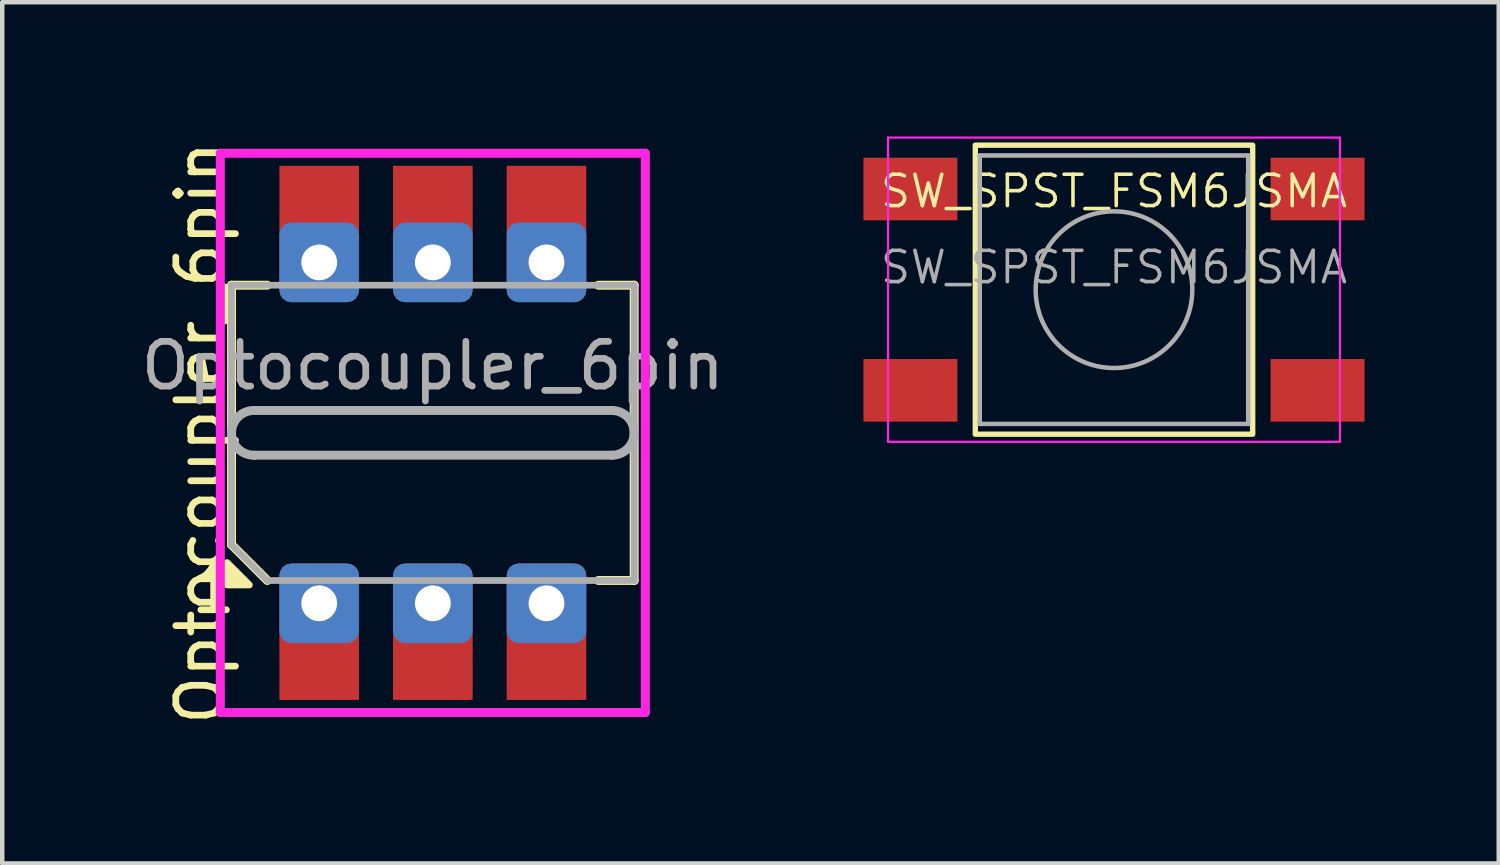
<source format=kicad_pcb>
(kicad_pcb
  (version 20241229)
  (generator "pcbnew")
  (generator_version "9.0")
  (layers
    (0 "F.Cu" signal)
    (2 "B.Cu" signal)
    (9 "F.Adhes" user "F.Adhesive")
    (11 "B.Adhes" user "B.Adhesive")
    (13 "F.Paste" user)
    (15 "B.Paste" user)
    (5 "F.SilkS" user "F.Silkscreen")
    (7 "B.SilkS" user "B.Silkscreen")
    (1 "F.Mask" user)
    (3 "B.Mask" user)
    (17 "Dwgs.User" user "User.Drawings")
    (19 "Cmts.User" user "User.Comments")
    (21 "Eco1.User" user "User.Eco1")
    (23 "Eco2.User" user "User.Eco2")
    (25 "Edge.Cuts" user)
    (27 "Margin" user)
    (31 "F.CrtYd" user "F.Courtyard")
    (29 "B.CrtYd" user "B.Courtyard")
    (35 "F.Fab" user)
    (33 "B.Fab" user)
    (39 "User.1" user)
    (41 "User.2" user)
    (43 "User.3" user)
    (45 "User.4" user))
  (footprint "SW_SPST_FSM6JSMA"
    (layer "F.Cu")
    (at 21.85 3.425)
    (property "Reference" "SW_SPST_FSM6JSMA" (at 0 -2.2 0) (layer "F.SilkS") (effects (font (size 0.7 0.7) (thickness 0.08))))
    (attr smd)
    (fp_line (start -3.1 -3.23) (end 3.1 -3.23) (stroke (width 0.12) (type solid)) (layer "F.SilkS"))
    (fp_line (start -3.1 -3.2) (end -3.1 3.2) (stroke (width 0.12) (type solid)) (layer "F.SilkS"))
    (fp_line (start -3.1 3.23) (end 3.1 3.23) (stroke (width 0.12) (type solid)) (layer "F.SilkS"))
    (fp_line (start 3.1 -3.2) (end 3.1 3.2) (stroke (width 0.12) (type solid)) (layer "F.SilkS"))
    (fp_line (start -5.05 -3.4) (end -5.05 3.4) (stroke (width 0.05) (type solid)) (layer "F.CrtYd"))
    (fp_line (start -5.05 -3.4) (end 5.05 -3.4) (stroke (width 0.05) (type solid)) (layer "F.CrtYd"))
    (fp_line (start -5.05 3.4) (end 5.05 3.4) (stroke (width 0.05) (type solid)) (layer "F.CrtYd"))
    (fp_line (start 5.05 3.4) (end 5.05 -3.4) (stroke (width 0.05) (type solid)) (layer "F.CrtYd"))
    (fp_line (start -3 -3) (end -3 3) (stroke (width 0.1) (type solid)) (layer "F.Fab"))
    (fp_line (start -3 3) (end 3 3) (stroke (width 0.1) (type solid)) (layer "F.Fab"))
    (fp_line (start 3 -3) (end -3 -3) (stroke (width 0.1) (type solid)) (layer "F.Fab"))
    (fp_line (start 3 3) (end 3 -3) (stroke (width 0.1) (type solid)) (layer "F.Fab"))
    (fp_circle (center 0 0) (end 1.75 -0.05) (stroke (width 0.1) (type solid)) (fill no) (layer "F.Fab"))
    (fp_text user "${REFERENCE}" (at 0 -0.5 0) (layer "F.Fab") (effects (font (size 0.7 0.7) (thickness 0.08))))
    (pad "1" smd rect (at -4.55 -2.25) (size 2.1 1.4) (layers "F.Cu" "F.Mask" "F.Paste"))
    (pad "2" smd rect (at -4.55 2.25) (size 2.1 1.4) (layers "F.Cu" "F.Mask" "F.Paste"))
    (pad "3" smd rect (at 4.55 -2.25) (size 2.1 1.4) (layers "F.Cu" "F.Mask" "F.Paste"))
    (pad "4" smd rect (at 4.55 2.25) (size 2.1 1.4) (layers "F.Cu" "F.Mask" "F.Paste")))
  (footprint "Optocoupler_6pin"
    (layer "F.Cu")
    (at 6.625 6.625)
    (property "Reference" "Optocoupler_6pin" (at -5.2 0 90) (layer "F.SilkS") (effects (font (size 1 1) (thickness 0.15))))
    (attr through_hole)
    (fp_line (start -4.5 -3.3) (end -3.7 -3.3) (stroke (width 0.2) (type solid)) (layer "F.SilkS"))
    (fp_line (start -4.5 2.5) (end -4.5 -3.3) (stroke (width 0.2) (type solid)) (layer "F.SilkS"))
    (fp_line (start -3.7 3.3) (end -4.5 2.5) (stroke (width 0.2) (type solid)) (layer "F.SilkS"))
    (fp_line (start 3.7 3.3) (end 4.5 3.3) (stroke (width 0.2) (type solid)) (layer "F.SilkS"))
    (fp_line (start 4.5 -3.3) (end 3.7 -3.3) (stroke (width 0.2) (type solid)) (layer "F.SilkS"))
    (fp_line (start 4.5 3.3) (end 4.5 -3.3) (stroke (width 0.2) (type solid)) (layer "F.SilkS"))
    (fp_poly (pts (xy -4.6 2.9) (xy -4.1 3.4) (xy -4.6 3.4)) (stroke (width 0.15) (type solid)) (fill yes) (layer "F.SilkS"))
    (fp_line (start -4.75 -6.25) (end 4.75 -6.25) (stroke (width 0.2) (type solid)) (layer "F.CrtYd"))
    (fp_line (start -4.75 6.25) (end -4.75 -6.25) (stroke (width 0.2) (type solid)) (layer "F.CrtYd"))
    (fp_line (start 4.75 -6.25) (end 4.75 6.25) (stroke (width 0.2) (type solid)) (layer "F.CrtYd"))
    (fp_line (start 4.75 6.25) (end -4.75 6.25) (stroke (width 0.2) (type solid)) (layer "F.CrtYd"))
    (fp_line (start -4.5 -3.3) (end -4.5 2.5) (stroke (width 0.15) (type solid)) (layer "F.Fab"))
    (fp_line (start -4.5 2.5) (end -3.7 3.3) (stroke (width 0.15) (type solid)) (layer "F.Fab"))
    (fp_line (start -3.7 3.3) (end 4.5 3.3) (stroke (width 0.15) (type solid)) (layer "F.Fab"))
    (fp_line (start 4 -0.5) (end -4 -0.5) (stroke (width 0.2) (type solid)) (layer "F.Fab"))
    (fp_line (start 4 0.5) (end -4 0.5) (stroke (width 0.2) (type solid)) (layer "F.Fab"))
    (fp_line (start 4.5 -3.3) (end -4.5 -3.3) (stroke (width 0.15) (type solid)) (layer "F.Fab"))
    (fp_line (start 4.5 3.3) (end 4.5 -3.3) (stroke (width 0.15) (type solid)) (layer "F.Fab"))
    (fp_arc (start -4 0.5) (mid -4.5 0) (end -4 -0.5) (stroke (width 0.2) (type solid)) (layer "F.Fab"))
    (fp_arc (start 4 -0.5) (mid 4.5 0) (end 4 0.5) (stroke (width 0.2) (type solid)) (layer "F.Fab"))
    (fp_text user "1" (at -4.9 3.5 0) (layer "F.SilkS") (effects (font (size 1 1) (thickness 0.15))))
    (fp_text user "${REFERENCE}" (at 0 -1.5 0) (layer "F.Fab") (effects (font (size 1 1) (thickness 0.15))))
    (pad "1" thru_hole roundrect (at -2.54 3.81) (size 1.78 1.78) (drill 0.8) (layers "*.Cu" "*.Mask") (roundrect_rratio 0.15))
    (pad "1" smd rect (at -2.54 4.508) (size 1.78 1.52) (drill (offset 0 0.701)) (layers "F.Cu" "F.Mask" "F.Paste"))
    (pad "2" thru_hole roundrect (at 0 3.81) (size 1.78 1.78) (drill 0.8) (layers "*.Cu" "*.Mask") (roundrect_rratio 0.15))
    (pad "2" smd rect (at 0 4.508) (size 1.78 1.52) (drill (offset 0 0.701)) (layers "F.Cu" "F.Mask" "F.Paste"))
    (pad "3" thru_hole roundrect (at 2.54 3.81) (size 1.78 1.78) (drill 0.8) (layers "*.Cu" "*.Mask") (roundrect_rratio 0.15))
    (pad "3" smd rect (at 2.54 4.508) (size 1.78 1.52) (drill (offset 0 0.701)) (layers "F.Cu" "F.Mask" "F.Paste"))
    (pad "4" smd rect (at 2.54 -4.508) (size 1.78 1.52) (drill (offset 0 -0.701)) (layers "F.Cu" "F.Mask" "F.Paste"))
    (pad "4" thru_hole roundrect (at 2.54 -3.81) (size 1.78 1.78) (drill 0.8) (layers "*.Cu" "*.Mask") (roundrect_rratio 0.15))
    (pad "5" smd rect (at 0 -4.508) (size 1.78 1.52) (drill (offset 0 -0.701)) (layers "F.Cu" "F.Mask" "F.Paste"))
    (pad "5" thru_hole roundrect (at 0 -3.81) (size 1.78 1.78) (drill 0.8) (layers "*.Cu" "*.Mask") (roundrect_rratio 0.15))
    (pad "6" smd rect (at -2.54 -4.508) (size 1.78 1.52) (drill (offset 0 -0.701)) (layers "F.Cu" "F.Mask" "F.Paste"))
    (pad "6" thru_hole roundrect (at -2.54 -3.81) (size 1.78 1.78) (drill 0.8) (layers "*.Cu" "*.Mask") (roundrect_rratio 0.15)))
  (gr_rect
    (start -3 -3)
    (end 30.45 16.25)
    (stroke (width 0.1) (type default))
    (fill no)
    (layer "Edge.Cuts")))
</source>
